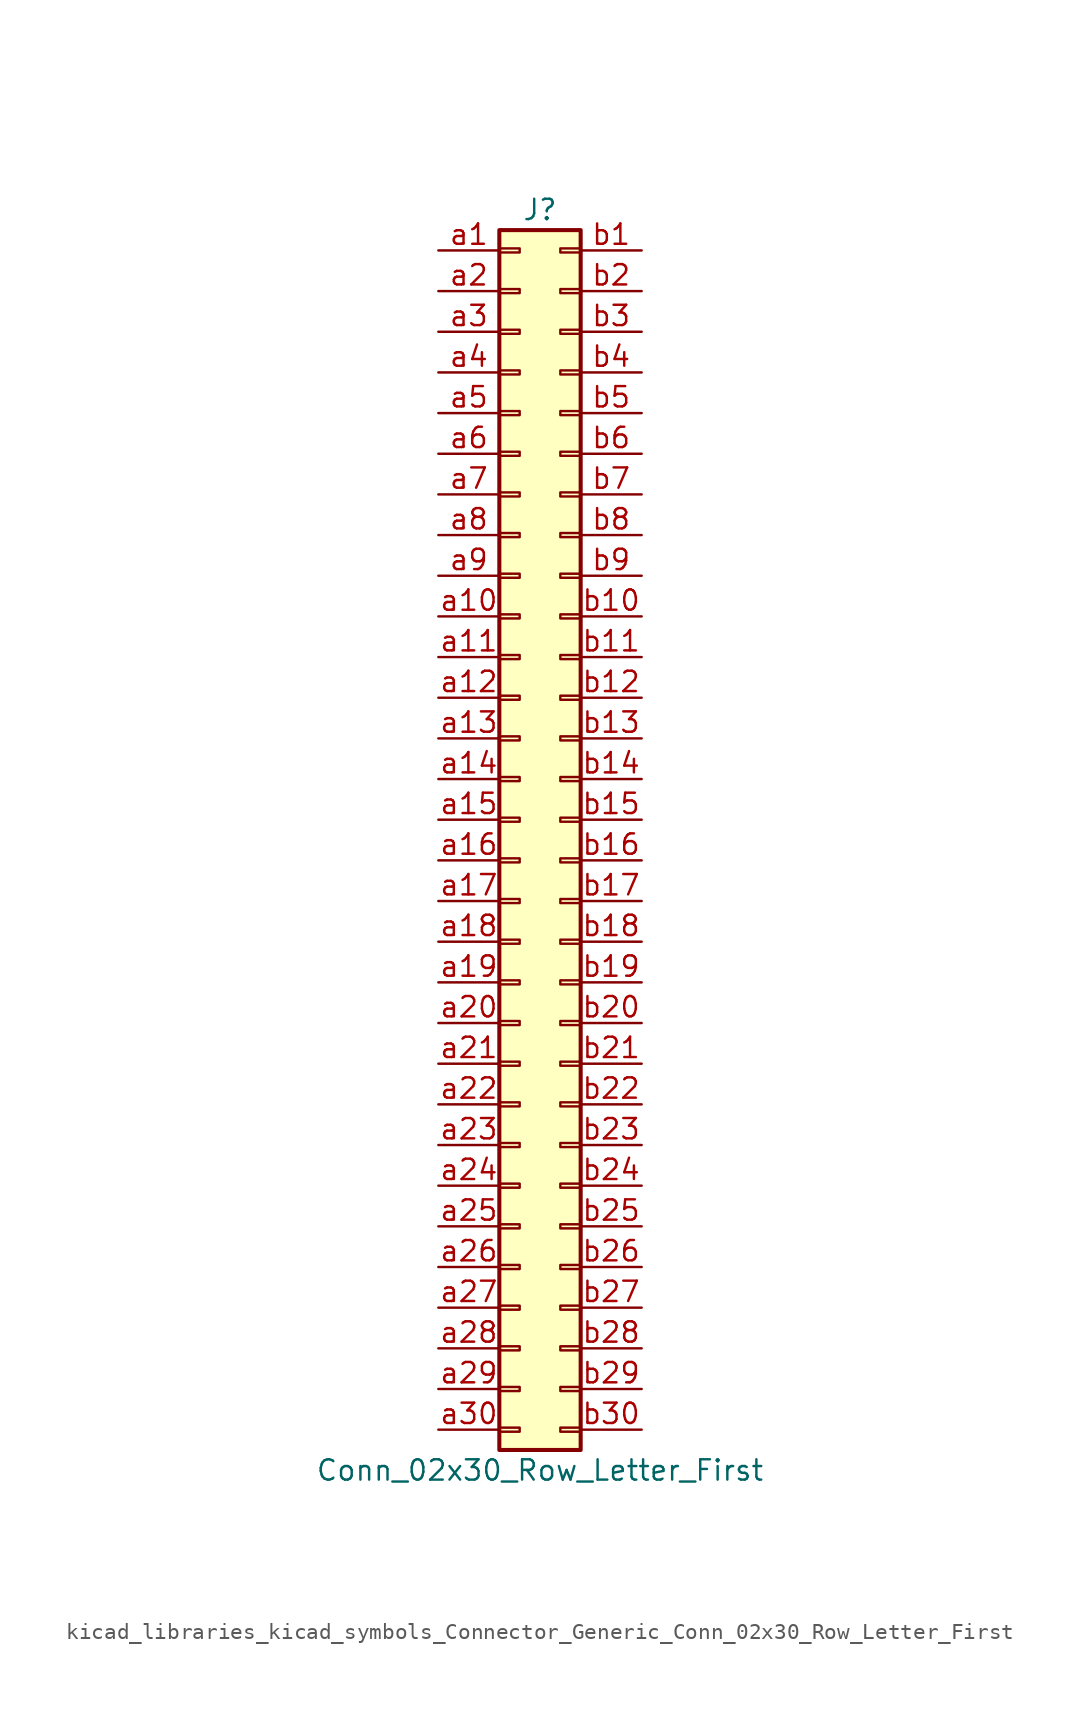
<source format=kicad_sym>
(kicad_symbol_lib
  (version 20220914)
  (generator kicad_symbol_editor)
  (symbol "kicad_libraries_kicad_symbols_Connector_Generic_Conn_02x30_Row_Letter_First"
    (pin_names
      (offset 1.016) hide)
    (property "Reference" "J"
      (at 1.27 38.1 0)
      (effects (font (size 1.27 1.27))))
    (property "Value" "Conn_02x30_Row_Letter_First"
      (at 1.27 -40.64 0)
      (effects (font (size 1.27 1.27))))
    (symbol "kicad_libraries_kicad_symbols_Connector_Generic_Conn_02x30_Row_Letter_First_1_1"
      (rectangle (start -1.27 -37.973) (end 0 -38.227) (stroke (width 0.152) (type default)) (fill (type none)))
      (rectangle (start -1.27 -35.433) (end 0 -35.687) (stroke (width 0.152) (type default)) (fill (type none)))
      (rectangle (start -1.27 -32.893) (end 0 -33.147) (stroke (width 0.152) (type default)) (fill (type none)))
      (rectangle (start -1.27 -30.353) (end 0 -30.607) (stroke (width 0.152) (type default)) (fill (type none)))
      (rectangle (start -1.27 -27.813) (end 0 -28.067) (stroke (width 0.152) (type default)) (fill (type none)))
      (rectangle (start -1.27 -25.273) (end 0 -25.527) (stroke (width 0.152) (type default)) (fill (type none)))
      (rectangle (start -1.27 -22.733) (end 0 -22.987) (stroke (width 0.152) (type default)) (fill (type none)))
      (rectangle (start -1.27 -20.193) (end 0 -20.447) (stroke (width 0.152) (type default)) (fill (type none)))
      (rectangle (start -1.27 -17.653) (end 0 -17.907) (stroke (width 0.152) (type default)) (fill (type none)))
      (rectangle (start -1.27 -15.113) (end 0 -15.367) (stroke (width 0.152) (type default)) (fill (type none)))
      (rectangle (start -1.27 -12.573) (end 0 -12.827) (stroke (width 0.152) (type default)) (fill (type none)))
      (rectangle (start -1.27 -10.033) (end 0 -10.287) (stroke (width 0.152) (type default)) (fill (type none)))
      (rectangle (start -1.27 -7.493) (end 0 -7.747) (stroke (width 0.152) (type default)) (fill (type none)))
      (rectangle (start -1.27 -4.953) (end 0 -5.207) (stroke (width 0.152) (type default)) (fill (type none)))
      (rectangle (start -1.27 -2.413) (end 0 -2.667) (stroke (width 0.152) (type default)) (fill (type none)))
      (rectangle (start -1.27 0.127) (end 0 -0.127) (stroke (width 0.152) (type default)) (fill (type none)))
      (rectangle (start -1.27 2.667) (end 0 2.413) (stroke (width 0.152) (type default)) (fill (type none)))
      (rectangle (start -1.27 5.207) (end 0 4.953) (stroke (width 0.152) (type default)) (fill (type none)))
      (rectangle (start -1.27 7.747) (end 0 7.493) (stroke (width 0.152) (type default)) (fill (type none)))
      (rectangle (start -1.27 10.287) (end 0 10.033) (stroke (width 0.152) (type default)) (fill (type none)))
      (rectangle (start -1.27 12.827) (end 0 12.573) (stroke (width 0.152) (type default)) (fill (type none)))
      (rectangle (start -1.27 15.367) (end 0 15.113) (stroke (width 0.152) (type default)) (fill (type none)))
      (rectangle (start -1.27 17.907) (end 0 17.653) (stroke (width 0.152) (type default)) (fill (type none)))
      (rectangle (start -1.27 20.447) (end 0 20.193) (stroke (width 0.152) (type default)) (fill (type none)))
      (rectangle (start -1.27 22.987) (end 0 22.733) (stroke (width 0.152) (type default)) (fill (type none)))
      (rectangle (start -1.27 25.527) (end 0 25.273) (stroke (width 0.152) (type default)) (fill (type none)))
      (rectangle (start -1.27 28.067) (end 0 27.813) (stroke (width 0.152) (type default)) (fill (type none)))
      (rectangle (start -1.27 30.607) (end 0 30.353) (stroke (width 0.152) (type default)) (fill (type none)))
      (rectangle (start -1.27 33.147) (end 0 32.893) (stroke (width 0.152) (type default)) (fill (type none)))
      (rectangle (start -1.27 35.687) (end 0 35.433) (stroke (width 0.152) (type default)) (fill (type none)))
      (rectangle (start -1.27 36.83) (end 3.81 -39.37) (stroke (width 0.254) (type default)) (fill (type background)))
      (rectangle (start 3.81 -37.973) (end 2.54 -38.227) (stroke (width 0.152) (type default)) (fill (type none)))
      (rectangle (start 3.81 -35.433) (end 2.54 -35.687) (stroke (width 0.152) (type default)) (fill (type none)))
      (rectangle (start 3.81 -32.893) (end 2.54 -33.147) (stroke (width 0.152) (type default)) (fill (type none)))
      (rectangle (start 3.81 -30.353) (end 2.54 -30.607) (stroke (width 0.152) (type default)) (fill (type none)))
      (rectangle (start 3.81 -27.813) (end 2.54 -28.067) (stroke (width 0.152) (type default)) (fill (type none)))
      (rectangle (start 3.81 -25.273) (end 2.54 -25.527) (stroke (width 0.152) (type default)) (fill (type none)))
      (rectangle (start 3.81 -22.733) (end 2.54 -22.987) (stroke (width 0.152) (type default)) (fill (type none)))
      (rectangle (start 3.81 -20.193) (end 2.54 -20.447) (stroke (width 0.152) (type default)) (fill (type none)))
      (rectangle (start 3.81 -17.653) (end 2.54 -17.907) (stroke (width 0.152) (type default)) (fill (type none)))
      (rectangle (start 3.81 -15.113) (end 2.54 -15.367) (stroke (width 0.152) (type default)) (fill (type none)))
      (rectangle (start 3.81 -12.573) (end 2.54 -12.827) (stroke (width 0.152) (type default)) (fill (type none)))
      (rectangle (start 3.81 -10.033) (end 2.54 -10.287) (stroke (width 0.152) (type default)) (fill (type none)))
      (rectangle (start 3.81 -7.493) (end 2.54 -7.747) (stroke (width 0.152) (type default)) (fill (type none)))
      (rectangle (start 3.81 -4.953) (end 2.54 -5.207) (stroke (width 0.152) (type default)) (fill (type none)))
      (rectangle (start 3.81 -2.413) (end 2.54 -2.667) (stroke (width 0.152) (type default)) (fill (type none)))
      (rectangle (start 3.81 0.127) (end 2.54 -0.127) (stroke (width 0.152) (type default)) (fill (type none)))
      (rectangle (start 3.81 2.667) (end 2.54 2.413) (stroke (width 0.152) (type default)) (fill (type none)))
      (rectangle (start 3.81 5.207) (end 2.54 4.953) (stroke (width 0.152) (type default)) (fill (type none)))
      (rectangle (start 3.81 7.747) (end 2.54 7.493) (stroke (width 0.152) (type default)) (fill (type none)))
      (rectangle (start 3.81 10.287) (end 2.54 10.033) (stroke (width 0.152) (type default)) (fill (type none)))
      (rectangle (start 3.81 12.827) (end 2.54 12.573) (stroke (width 0.152) (type default)) (fill (type none)))
      (rectangle (start 3.81 15.367) (end 2.54 15.113) (stroke (width 0.152) (type default)) (fill (type none)))
      (rectangle (start 3.81 17.907) (end 2.54 17.653) (stroke (width 0.152) (type default)) (fill (type none)))
      (rectangle (start 3.81 20.447) (end 2.54 20.193) (stroke (width 0.152) (type default)) (fill (type none)))
      (rectangle (start 3.81 22.987) (end 2.54 22.733) (stroke (width 0.152) (type default)) (fill (type none)))
      (rectangle (start 3.81 25.527) (end 2.54 25.273) (stroke (width 0.152) (type default)) (fill (type none)))
      (rectangle (start 3.81 28.067) (end 2.54 27.813) (stroke (width 0.152) (type default)) (fill (type none)))
      (rectangle (start 3.81 30.607) (end 2.54 30.353) (stroke (width 0.152) (type default)) (fill (type none)))
      (rectangle (start 3.81 33.147) (end 2.54 32.893) (stroke (width 0.152) (type default)) (fill (type none)))
      (rectangle (start 3.81 35.687) (end 2.54 35.433) (stroke (width 0.152) (type default)) (fill (type none)))
      (pin passive line (at -5.08 35.56 0) (length 3.81) (name "Pin_a1" (effects (font (size 1.27 1.27)))) (number "a1" (effects (font (size 1.27 1.27)))))
      (pin passive line (at -5.08 12.7 0) (length 3.81) (name "Pin_a10" (effects (font (size 1.27 1.27)))) (number "a10" (effects (font (size 1.27 1.27)))))
      (pin passive line (at -5.08 10.16 0) (length 3.81) (name "Pin_a11" (effects (font (size 1.27 1.27)))) (number "a11" (effects (font (size 1.27 1.27)))))
      (pin passive line (at -5.08 7.62 0) (length 3.81) (name "Pin_a12" (effects (font (size 1.27 1.27)))) (number "a12" (effects (font (size 1.27 1.27)))))
      (pin passive line (at -5.08 5.08 0) (length 3.81) (name "Pin_a13" (effects (font (size 1.27 1.27)))) (number "a13" (effects (font (size 1.27 1.27)))))
      (pin passive line (at -5.08 2.54 0) (length 3.81) (name "Pin_a14" (effects (font (size 1.27 1.27)))) (number "a14" (effects (font (size 1.27 1.27)))))
      (pin passive line (at -5.08 0 0) (length 3.81) (name "Pin_a15" (effects (font (size 1.27 1.27)))) (number "a15" (effects (font (size 1.27 1.27)))))
      (pin passive line (at -5.08 -2.54 0) (length 3.81) (name "Pin_a16" (effects (font (size 1.27 1.27)))) (number "a16" (effects (font (size 1.27 1.27)))))
      (pin passive line (at -5.08 -5.08 0) (length 3.81) (name "Pin_a17" (effects (font (size 1.27 1.27)))) (number "a17" (effects (font (size 1.27 1.27)))))
      (pin passive line (at -5.08 -7.62 0) (length 3.81) (name "Pin_a18" (effects (font (size 1.27 1.27)))) (number "a18" (effects (font (size 1.27 1.27)))))
      (pin passive line (at -5.08 -10.16 0) (length 3.81) (name "Pin_a19" (effects (font (size 1.27 1.27)))) (number "a19" (effects (font (size 1.27 1.27)))))
      (pin passive line (at -5.08 33.02 0) (length 3.81) (name "Pin_a2" (effects (font (size 1.27 1.27)))) (number "a2" (effects (font (size 1.27 1.27)))))
      (pin passive line (at -5.08 -12.7 0) (length 3.81) (name "Pin_a20" (effects (font (size 1.27 1.27)))) (number "a20" (effects (font (size 1.27 1.27)))))
      (pin passive line (at -5.08 -15.24 0) (length 3.81) (name "Pin_a21" (effects (font (size 1.27 1.27)))) (number "a21" (effects (font (size 1.27 1.27)))))
      (pin passive line (at -5.08 -17.78 0) (length 3.81) (name "Pin_a22" (effects (font (size 1.27 1.27)))) (number "a22" (effects (font (size 1.27 1.27)))))
      (pin passive line (at -5.08 -20.32 0) (length 3.81) (name "Pin_a23" (effects (font (size 1.27 1.27)))) (number "a23" (effects (font (size 1.27 1.27)))))
      (pin passive line (at -5.08 -22.86 0) (length 3.81) (name "Pin_a24" (effects (font (size 1.27 1.27)))) (number "a24" (effects (font (size 1.27 1.27)))))
      (pin passive line (at -5.08 -25.4 0) (length 3.81) (name "Pin_a25" (effects (font (size 1.27 1.27)))) (number "a25" (effects (font (size 1.27 1.27)))))
      (pin passive line (at -5.08 -27.94 0) (length 3.81) (name "Pin_a26" (effects (font (size 1.27 1.27)))) (number "a26" (effects (font (size 1.27 1.27)))))
      (pin passive line (at -5.08 -30.48 0) (length 3.81) (name "Pin_a27" (effects (font (size 1.27 1.27)))) (number "a27" (effects (font (size 1.27 1.27)))))
      (pin passive line (at -5.08 -33.02 0) (length 3.81) (name "Pin_a28" (effects (font (size 1.27 1.27)))) (number "a28" (effects (font (size 1.27 1.27)))))
      (pin passive line (at -5.08 -35.56 0) (length 3.81) (name "Pin_a29" (effects (font (size 1.27 1.27)))) (number "a29" (effects (font (size 1.27 1.27)))))
      (pin passive line (at -5.08 30.48 0) (length 3.81) (name "Pin_a3" (effects (font (size 1.27 1.27)))) (number "a3" (effects (font (size 1.27 1.27)))))
      (pin passive line (at -5.08 -38.1 0) (length 3.81) (name "Pin_a30" (effects (font (size 1.27 1.27)))) (number "a30" (effects (font (size 1.27 1.27)))))
      (pin passive line (at -5.08 27.94 0) (length 3.81) (name "Pin_a4" (effects (font (size 1.27 1.27)))) (number "a4" (effects (font (size 1.27 1.27)))))
      (pin passive line (at -5.08 25.4 0) (length 3.81) (name "Pin_a5" (effects (font (size 1.27 1.27)))) (number "a5" (effects (font (size 1.27 1.27)))))
      (pin passive line (at -5.08 22.86 0) (length 3.81) (name "Pin_a6" (effects (font (size 1.27 1.27)))) (number "a6" (effects (font (size 1.27 1.27)))))
      (pin passive line (at -5.08 20.32 0) (length 3.81) (name "Pin_a7" (effects (font (size 1.27 1.27)))) (number "a7" (effects (font (size 1.27 1.27)))))
      (pin passive line (at -5.08 17.78 0) (length 3.81) (name "Pin_a8" (effects (font (size 1.27 1.27)))) (number "a8" (effects (font (size 1.27 1.27)))))
      (pin passive line (at -5.08 15.24 0) (length 3.81) (name "Pin_a9" (effects (font (size 1.27 1.27)))) (number "a9" (effects (font (size 1.27 1.27)))))
      (pin passive line (at 7.62 35.56 180) (length 3.81) (name "Pin_b1" (effects (font (size 1.27 1.27)))) (number "b1" (effects (font (size 1.27 1.27)))))
      (pin passive line (at 7.62 12.7 180) (length 3.81) (name "Pin_b10" (effects (font (size 1.27 1.27)))) (number "b10" (effects (font (size 1.27 1.27)))))
      (pin passive line (at 7.62 10.16 180) (length 3.81) (name "Pin_b11" (effects (font (size 1.27 1.27)))) (number "b11" (effects (font (size 1.27 1.27)))))
      (pin passive line (at 7.62 7.62 180) (length 3.81) (name "Pin_b12" (effects (font (size 1.27 1.27)))) (number "b12" (effects (font (size 1.27 1.27)))))
      (pin passive line (at 7.62 5.08 180) (length 3.81) (name "Pin_b13" (effects (font (size 1.27 1.27)))) (number "b13" (effects (font (size 1.27 1.27)))))
      (pin passive line (at 7.62 2.54 180) (length 3.81) (name "Pin_b14" (effects (font (size 1.27 1.27)))) (number "b14" (effects (font (size 1.27 1.27)))))
      (pin passive line (at 7.62 0 180) (length 3.81) (name "Pin_b15" (effects (font (size 1.27 1.27)))) (number "b15" (effects (font (size 1.27 1.27)))))
      (pin passive line (at 7.62 -2.54 180) (length 3.81) (name "Pin_b16" (effects (font (size 1.27 1.27)))) (number "b16" (effects (font (size 1.27 1.27)))))
      (pin passive line (at 7.62 -5.08 180) (length 3.81) (name "Pin_b17" (effects (font (size 1.27 1.27)))) (number "b17" (effects (font (size 1.27 1.27)))))
      (pin passive line (at 7.62 -7.62 180) (length 3.81) (name "Pin_b18" (effects (font (size 1.27 1.27)))) (number "b18" (effects (font (size 1.27 1.27)))))
      (pin passive line (at 7.62 -10.16 180) (length 3.81) (name "Pin_b19" (effects (font (size 1.27 1.27)))) (number "b19" (effects (font (size 1.27 1.27)))))
      (pin passive line (at 7.62 33.02 180) (length 3.81) (name "Pin_b2" (effects (font (size 1.27 1.27)))) (number "b2" (effects (font (size 1.27 1.27)))))
      (pin passive line (at 7.62 -12.7 180) (length 3.81) (name "Pin_b20" (effects (font (size 1.27 1.27)))) (number "b20" (effects (font (size 1.27 1.27)))))
      (pin passive line (at 7.62 -15.24 180) (length 3.81) (name "Pin_b21" (effects (font (size 1.27 1.27)))) (number "b21" (effects (font (size 1.27 1.27)))))
      (pin passive line (at 7.62 -17.78 180) (length 3.81) (name "Pin_b22" (effects (font (size 1.27 1.27)))) (number "b22" (effects (font (size 1.27 1.27)))))
      (pin passive line (at 7.62 -20.32 180) (length 3.81) (name "Pin_b23" (effects (font (size 1.27 1.27)))) (number "b23" (effects (font (size 1.27 1.27)))))
      (pin passive line (at 7.62 -22.86 180) (length 3.81) (name "Pin_b24" (effects (font (size 1.27 1.27)))) (number "b24" (effects (font (size 1.27 1.27)))))
      (pin passive line (at 7.62 -25.4 180) (length 3.81) (name "Pin_b25" (effects (font (size 1.27 1.27)))) (number "b25" (effects (font (size 1.27 1.27)))))
      (pin passive line (at 7.62 -27.94 180) (length 3.81) (name "Pin_b26" (effects (font (size 1.27 1.27)))) (number "b26" (effects (font (size 1.27 1.27)))))
      (pin passive line (at 7.62 -30.48 180) (length 3.81) (name "Pin_b27" (effects (font (size 1.27 1.27)))) (number "b27" (effects (font (size 1.27 1.27)))))
      (pin passive line (at 7.62 -33.02 180) (length 3.81) (name "Pin_b28" (effects (font (size 1.27 1.27)))) (number "b28" (effects (font (size 1.27 1.27)))))
      (pin passive line (at 7.62 -35.56 180) (length 3.81) (name "Pin_b29" (effects (font (size 1.27 1.27)))) (number "b29" (effects (font (size 1.27 1.27)))))
      (pin passive line (at 7.62 30.48 180) (length 3.81) (name "Pin_b3" (effects (font (size 1.27 1.27)))) (number "b3" (effects (font (size 1.27 1.27)))))
      (pin passive line (at 7.62 -38.1 180) (length 3.81) (name "Pin_b30" (effects (font (size 1.27 1.27)))) (number "b30" (effects (font (size 1.27 1.27)))))
      (pin passive line (at 7.62 27.94 180) (length 3.81) (name "Pin_b4" (effects (font (size 1.27 1.27)))) (number "b4" (effects (font (size 1.27 1.27)))))
      (pin passive line (at 7.62 25.4 180) (length 3.81) (name "Pin_b5" (effects (font (size 1.27 1.27)))) (number "b5" (effects (font (size 1.27 1.27)))))
      (pin passive line (at 7.62 22.86 180) (length 3.81) (name "Pin_b6" (effects (font (size 1.27 1.27)))) (number "b6" (effects (font (size 1.27 1.27)))))
      (pin passive line (at 7.62 20.32 180) (length 3.81) (name "Pin_b7" (effects (font (size 1.27 1.27)))) (number "b7" (effects (font (size 1.27 1.27)))))
      (pin passive line (at 7.62 17.78 180) (length 3.81) (name "Pin_b8" (effects (font (size 1.27 1.27)))) (number "b8" (effects (font (size 1.27 1.27)))))
      (pin passive line (at 7.62 15.24 180) (length 3.81) (name "Pin_b9" (effects (font (size 1.27 1.27)))) (number "b9" (effects (font (size 1.27 1.27))))))))
</source>
